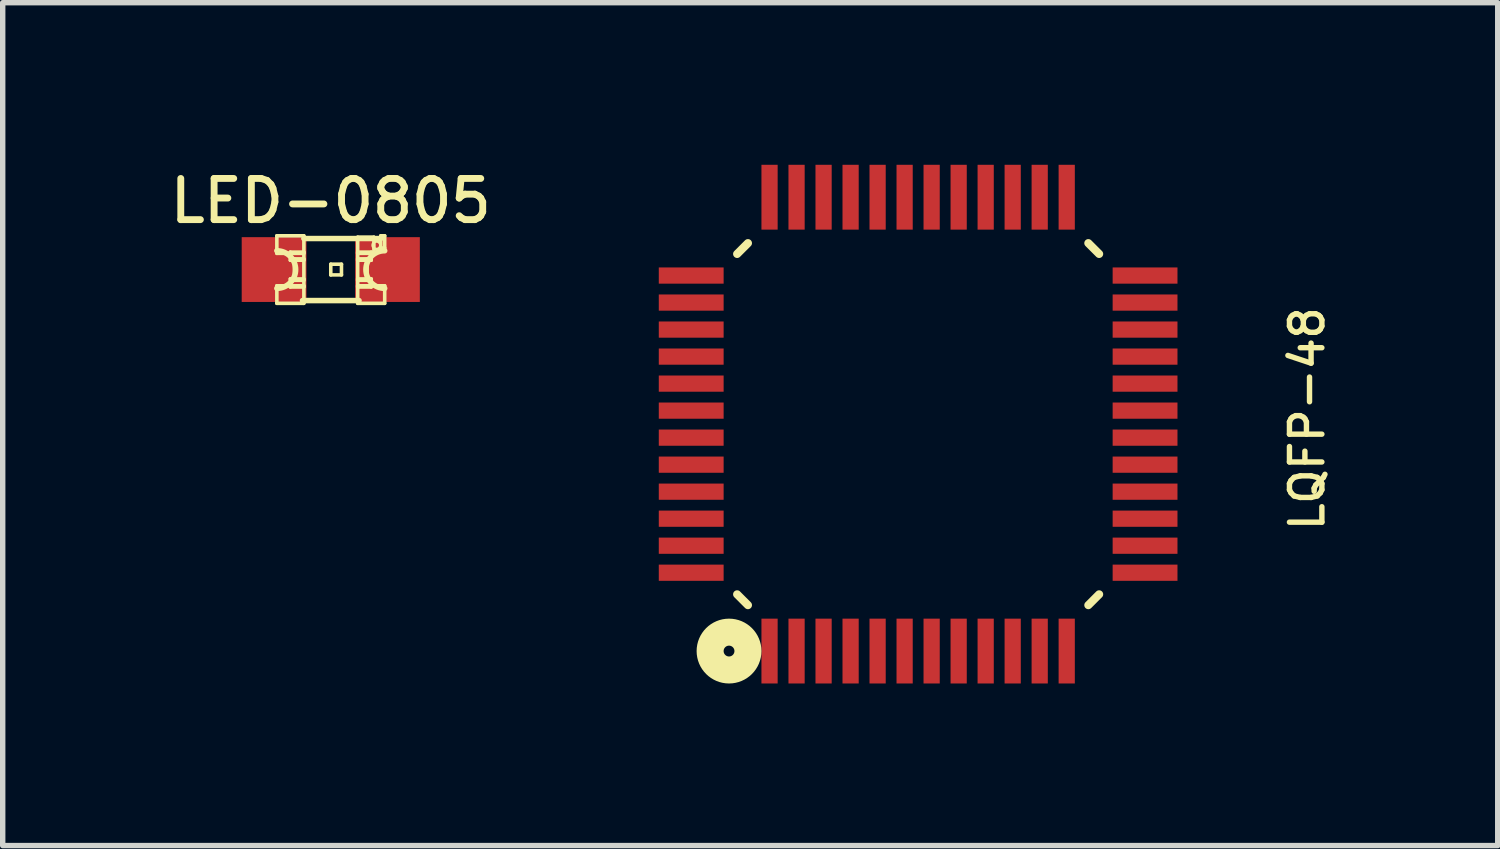
<source format=kicad_pcb>
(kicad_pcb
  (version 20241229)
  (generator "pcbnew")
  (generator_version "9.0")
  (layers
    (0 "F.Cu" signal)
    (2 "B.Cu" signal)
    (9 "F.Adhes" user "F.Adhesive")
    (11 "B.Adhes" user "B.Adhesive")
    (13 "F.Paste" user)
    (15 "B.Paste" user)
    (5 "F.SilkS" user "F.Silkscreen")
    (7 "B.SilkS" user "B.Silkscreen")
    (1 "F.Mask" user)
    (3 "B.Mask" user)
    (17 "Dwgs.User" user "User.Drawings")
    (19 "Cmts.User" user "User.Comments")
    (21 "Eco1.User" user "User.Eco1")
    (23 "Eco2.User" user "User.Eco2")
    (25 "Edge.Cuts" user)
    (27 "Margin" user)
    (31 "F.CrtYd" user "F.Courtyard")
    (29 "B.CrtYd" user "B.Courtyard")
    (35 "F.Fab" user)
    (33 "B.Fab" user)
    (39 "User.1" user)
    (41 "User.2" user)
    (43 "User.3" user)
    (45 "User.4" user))
  (footprint "LQFP-48"
    (layer "F.Cu")
    (at 13.943 4.8)
    (property "Reference" "LQFP-48" (at 7.2 -0.1 90) (layer "F.SilkS") (effects (font (size 0.6 0.6) (thickness 0.1))))
    (attr through_hole)
    (fp_line (start -3.35 3.15) (end -3.15 3.35) (stroke (width 0.15) (type solid)) (layer "F.SilkS"))
    (fp_line (start -3.15 -3.35) (end -3.35 -3.15) (stroke (width 0.15) (type solid)) (layer "F.SilkS"))
    (fp_line (start 3.35 -3.15) (end 3.15 -3.35) (stroke (width 0.15) (type solid)) (layer "F.SilkS"))
    (fp_line (start 3.35 3.15) (end 3.15 3.35) (stroke (width 0.15) (type solid)) (layer "F.SilkS"))
    (fp_circle (center -3.5 4.2) (end -3.6 4.2) (stroke (width 0.5) (type solid)) (fill no) (layer "F.SilkS"))
    (pad "1" smd rect (at -2.75 4.2) (size 0.3 1.2) (layers "F.Cu" "F.Mask" "F.Paste"))
    (pad "2" smd rect (at -2.25 4.2) (size 0.3 1.2) (layers "F.Cu" "F.Mask" "F.Paste"))
    (pad "3" smd rect (at -1.75 4.2) (size 0.3 1.2) (layers "F.Cu" "F.Mask" "F.Paste"))
    (pad "4" smd rect (at -1.25 4.2) (size 0.3 1.2) (layers "F.Cu" "F.Mask" "F.Paste"))
    (pad "5" smd rect (at -0.75 4.2) (size 0.3 1.2) (layers "F.Cu" "F.Mask" "F.Paste"))
    (pad "6" smd rect (at -0.25 4.2) (size 0.3 1.2) (layers "F.Cu" "F.Mask" "F.Paste"))
    (pad "7" smd rect (at 0.25 4.2) (size 0.3 1.2) (layers "F.Cu" "F.Mask" "F.Paste"))
    (pad "8" smd rect (at 0.75 4.2) (size 0.3 1.2) (layers "F.Cu" "F.Mask" "F.Paste"))
    (pad "9" smd rect (at 1.25 4.2) (size 0.3 1.2) (layers "F.Cu" "F.Mask" "F.Paste"))
    (pad "10" smd rect (at 1.75 4.2) (size 0.3 1.2) (layers "F.Cu" "F.Mask" "F.Paste"))
    (pad "11" smd rect (at 2.25 4.2) (size 0.3 1.2) (layers "F.Cu" "F.Mask" "F.Paste"))
    (pad "12" smd rect (at 2.75 4.2) (size 0.3 1.2) (layers "F.Cu" "F.Mask" "F.Paste"))
    (pad "13" smd rect (at 4.2 2.75) (size 1.2 0.3) (layers "F.Cu" "F.Mask" "F.Paste"))
    (pad "14" smd rect (at 4.2 2.25) (size 1.2 0.3) (layers "F.Cu" "F.Mask" "F.Paste"))
    (pad "15" smd rect (at 4.2 1.75) (size 1.2 0.3) (layers "F.Cu" "F.Mask" "F.Paste"))
    (pad "16" smd rect (at 4.2 1.25) (size 1.2 0.3) (layers "F.Cu" "F.Mask" "F.Paste"))
    (pad "17" smd rect (at 4.2 0.75) (size 1.2 0.3) (layers "F.Cu" "F.Mask" "F.Paste"))
    (pad "18" smd rect (at 4.2 0.25) (size 1.2 0.3) (layers "F.Cu" "F.Mask" "F.Paste"))
    (pad "19" smd rect (at 4.2 -0.25) (size 1.2 0.3) (layers "F.Cu" "F.Mask" "F.Paste"))
    (pad "20" smd rect (at 4.2 -0.75) (size 1.2 0.3) (layers "F.Cu" "F.Mask" "F.Paste"))
    (pad "21" smd rect (at 4.2 -1.25) (size 1.2 0.3) (layers "F.Cu" "F.Mask" "F.Paste"))
    (pad "22" smd rect (at 4.2 -1.75) (size 1.2 0.3) (layers "F.Cu" "F.Mask" "F.Paste"))
    (pad "23" smd rect (at 4.2 -2.25) (size 1.2 0.3) (layers "F.Cu" "F.Mask" "F.Paste"))
    (pad "24" smd rect (at 4.2 -2.75) (size 1.2 0.3) (layers "F.Cu" "F.Mask" "F.Paste"))
    (pad "25" smd rect (at 2.75 -4.2) (size 0.3 1.2) (layers "F.Cu" "F.Mask" "F.Paste"))
    (pad "26" smd rect (at 2.25 -4.2) (size 0.3 1.2) (layers "F.Cu" "F.Mask" "F.Paste"))
    (pad "27" smd rect (at 1.75 -4.2) (size 0.3 1.2) (layers "F.Cu" "F.Mask" "F.Paste"))
    (pad "28" smd rect (at 1.25 -4.2) (size 0.3 1.2) (layers "F.Cu" "F.Mask" "F.Paste"))
    (pad "29" smd rect (at 0.75 -4.2) (size 0.3 1.2) (layers "F.Cu" "F.Mask" "F.Paste"))
    (pad "30" smd rect (at 0.25 -4.2) (size 0.3 1.2) (layers "F.Cu" "F.Mask" "F.Paste"))
    (pad "31" smd rect (at -0.25 -4.2) (size 0.3 1.2) (layers "F.Cu" "F.Mask" "F.Paste"))
    (pad "32" smd rect (at -0.75 -4.2) (size 0.3 1.2) (layers "F.Cu" "F.Mask" "F.Paste"))
    (pad "33" smd rect (at -1.25 -4.2) (size 0.3 1.2) (layers "F.Cu" "F.Mask" "F.Paste"))
    (pad "34" smd rect (at -1.75 -4.2) (size 0.3 1.2) (layers "F.Cu" "F.Mask" "F.Paste"))
    (pad "35" smd rect (at -2.25 -4.2) (size 0.3 1.2) (layers "F.Cu" "F.Mask" "F.Paste"))
    (pad "36" smd rect (at -2.75 -4.2) (size 0.3 1.2) (layers "F.Cu" "F.Mask" "F.Paste"))
    (pad "37" smd rect (at -4.2 -2.75) (size 1.2 0.3) (layers "F.Cu" "F.Mask" "F.Paste"))
    (pad "38" smd rect (at -4.2 -2.25) (size 1.2 0.3) (layers "F.Cu" "F.Mask" "F.Paste"))
    (pad "39" smd rect (at -4.2 -1.75) (size 1.2 0.3) (layers "F.Cu" "F.Mask" "F.Paste"))
    (pad "40" smd rect (at -4.2 -1.25) (size 1.2 0.3) (layers "F.Cu" "F.Mask" "F.Paste"))
    (pad "41" smd rect (at -4.2 -0.75) (size 1.2 0.3) (layers "F.Cu" "F.Mask" "F.Paste"))
    (pad "42" smd rect (at -4.2 -0.25) (size 1.2 0.3) (layers "F.Cu" "F.Mask" "F.Paste"))
    (pad "43" smd rect (at -4.2 0.25) (size 1.2 0.3) (layers "F.Cu" "F.Mask" "F.Paste"))
    (pad "44" smd rect (at -4.2 0.75) (size 1.2 0.3) (layers "F.Cu" "F.Mask" "F.Paste"))
    (pad "45" smd rect (at -4.2 1.25) (size 1.2 0.3) (layers "F.Cu" "F.Mask" "F.Paste"))
    (pad "46" smd rect (at -4.2 1.75) (size 1.2 0.3) (layers "F.Cu" "F.Mask" "F.Paste"))
    (pad "47" smd rect (at -4.2 2.25) (size 1.2 0.3) (layers "F.Cu" "F.Mask" "F.Paste"))
    (pad "48" smd rect (at -4.2 2.75) (size 1.2 0.3) (layers "F.Cu" "F.Mask" "F.Paste")))
  (footprint "LED-0805"
    (layer "F.Cu")
    (at 3.072 1.939)
    (property "Reference" "LED-0805" (at 0 -1.27 0) (layer "F.SilkS") (effects (font (size 0.762 0.762) (thickness 0.127))))
    (attr smd)
    (fp_line (start -0.998 -0.625) (end -0.998 -0.3) (stroke (width 0.066) (type solid)) (layer "F.SilkS"))
    (fp_line (start -0.998 -0.625) (end -0.498 -0.625) (stroke (width 0.066) (type solid)) (layer "F.SilkS"))
    (fp_line (start -0.998 -0.3) (end -0.498 -0.3) (stroke (width 0.066) (type solid)) (layer "F.SilkS"))
    (fp_line (start -0.998 0.3) (end -0.998 0.625) (stroke (width 0.066) (type solid)) (layer "F.SilkS"))
    (fp_line (start -0.998 0.3) (end -0.498 0.3) (stroke (width 0.066) (type solid)) (layer "F.SilkS"))
    (fp_line (start -0.998 0.625) (end -0.498 0.625) (stroke (width 0.066) (type solid)) (layer "F.SilkS"))
    (fp_line (start -0.749 -0.323) (end -0.749 -0.173) (stroke (width 0.066) (type solid)) (layer "F.SilkS"))
    (fp_line (start -0.749 -0.323) (end -0.498 -0.323) (stroke (width 0.066) (type solid)) (layer "F.SilkS"))
    (fp_line (start -0.749 -0.173) (end -0.498 -0.173) (stroke (width 0.066) (type solid)) (layer "F.SilkS"))
    (fp_line (start -0.749 0.173) (end -0.749 0.323) (stroke (width 0.066) (type solid)) (layer "F.SilkS"))
    (fp_line (start -0.749 0.173) (end -0.498 0.173) (stroke (width 0.066) (type solid)) (layer "F.SilkS"))
    (fp_line (start -0.749 0.323) (end -0.498 0.323) (stroke (width 0.066) (type solid)) (layer "F.SilkS"))
    (fp_line (start -0.673 -0.198) (end -0.673 0.198) (stroke (width 0.066) (type solid)) (layer "F.SilkS"))
    (fp_line (start -0.673 -0.198) (end -0.498 -0.198) (stroke (width 0.066) (type solid)) (layer "F.SilkS"))
    (fp_line (start -0.673 0.198) (end -0.498 0.198) (stroke (width 0.066) (type solid)) (layer "F.SilkS"))
    (fp_line (start -0.498 -0.625) (end -0.498 -0.3) (stroke (width 0.066) (type solid)) (layer "F.SilkS"))
    (fp_line (start -0.498 -0.574) (end 0.925 -0.574) (stroke (width 0.102) (type solid)) (layer "F.SilkS"))
    (fp_line (start -0.498 -0.323) (end -0.498 -0.173) (stroke (width 0.066) (type solid)) (layer "F.SilkS"))
    (fp_line (start -0.498 -0.198) (end -0.498 0.198) (stroke (width 0.066) (type solid)) (layer "F.SilkS"))
    (fp_line (start -0.498 0.173) (end -0.498 0.323) (stroke (width 0.066) (type solid)) (layer "F.SilkS"))
    (fp_line (start -0.498 0.3) (end -0.498 0.625) (stroke (width 0.066) (type solid)) (layer "F.SilkS"))
    (fp_line (start 0 -0.099) (end 0 0.099) (stroke (width 0.066) (type solid)) (layer "F.SilkS"))
    (fp_line (start 0 -0.099) (end 0.198 -0.099) (stroke (width 0.066) (type solid)) (layer "F.SilkS"))
    (fp_line (start 0 0.099) (end 0.198 0.099) (stroke (width 0.066) (type solid)) (layer "F.SilkS"))
    (fp_line (start 0.198 -0.099) (end 0.198 0.099) (stroke (width 0.066) (type solid)) (layer "F.SilkS"))
    (fp_line (start 0.498 -0.599) (end 0.498 -0.3) (stroke (width 0.066) (type solid)) (layer "F.SilkS"))
    (fp_line (start 0.498 -0.599) (end 0.798 -0.599) (stroke (width 0.066) (type solid)) (layer "F.SilkS"))
    (fp_line (start 0.498 -0.323) (end 0.498 -0.173) (stroke (width 0.066) (type solid)) (layer "F.SilkS"))
    (fp_line (start 0.498 -0.323) (end 0.749 -0.323) (stroke (width 0.066) (type solid)) (layer "F.SilkS"))
    (fp_line (start 0.498 -0.3) (end 0.798 -0.3) (stroke (width 0.066) (type solid)) (layer "F.SilkS"))
    (fp_line (start 0.498 -0.198) (end 0.498 0.198) (stroke (width 0.066) (type solid)) (layer "F.SilkS"))
    (fp_line (start 0.498 -0.198) (end 0.673 -0.198) (stroke (width 0.066) (type solid)) (layer "F.SilkS"))
    (fp_line (start 0.498 -0.173) (end 0.749 -0.173) (stroke (width 0.066) (type solid)) (layer "F.SilkS"))
    (fp_line (start 0.498 0.173) (end 0.498 0.323) (stroke (width 0.066) (type solid)) (layer "F.SilkS"))
    (fp_line (start 0.498 0.173) (end 0.749 0.173) (stroke (width 0.066) (type solid)) (layer "F.SilkS"))
    (fp_line (start 0.498 0.198) (end 0.673 0.198) (stroke (width 0.066) (type solid)) (layer "F.SilkS"))
    (fp_line (start 0.498 0.3) (end 0.498 0.625) (stroke (width 0.066) (type solid)) (layer "F.SilkS"))
    (fp_line (start 0.498 0.3) (end 0.998 0.3) (stroke (width 0.066) (type solid)) (layer "F.SilkS"))
    (fp_line (start 0.498 0.323) (end 0.749 0.323) (stroke (width 0.066) (type solid)) (layer "F.SilkS"))
    (fp_line (start 0.498 0.625) (end 0.998 0.625) (stroke (width 0.066) (type solid)) (layer "F.SilkS"))
    (fp_line (start 0.523 0.574) (end -0.523 0.574) (stroke (width 0.102) (type solid)) (layer "F.SilkS"))
    (fp_line (start 0.673 -0.198) (end 0.673 0.198) (stroke (width 0.066) (type solid)) (layer "F.SilkS"))
    (fp_line (start 0.749 -0.323) (end 0.749 -0.173) (stroke (width 0.066) (type solid)) (layer "F.SilkS"))
    (fp_line (start 0.749 0.173) (end 0.749 0.323) (stroke (width 0.066) (type solid)) (layer "F.SilkS"))
    (fp_line (start 0.798 -0.599) (end 0.798 -0.3) (stroke (width 0.066) (type solid)) (layer "F.SilkS"))
    (fp_line (start 0.925 -0.625) (end 0.925 -0.399) (stroke (width 0.066) (type solid)) (layer "F.SilkS"))
    (fp_line (start 0.925 -0.625) (end 0.998 -0.625) (stroke (width 0.066) (type solid)) (layer "F.SilkS"))
    (fp_line (start 0.925 -0.399) (end 0.998 -0.399) (stroke (width 0.066) (type solid)) (layer "F.SilkS"))
    (fp_line (start 0.998 -0.625) (end 0.998 -0.399) (stroke (width 0.066) (type solid)) (layer "F.SilkS"))
    (fp_line (start 0.998 0.3) (end 0.998 0.625) (stroke (width 0.066) (type solid)) (layer "F.SilkS"))
    (fp_arc (start -0.99822 -0.34798) (mid -0.65024 0) (end -0.99822 0.34798) (stroke (width 0.1016) (type solid)) (layer "F.SilkS"))
    (fp_arc (start 0.99822 0.34798) (mid 0.65024 0) (end 0.99822 -0.34798) (stroke (width 0.1016) (type solid)) (layer "F.SilkS"))
    (fp_circle (center 0.848 -0.45) (end 0.899 -0.5) (stroke (width 0.051) (type solid)) (fill no) (layer "F.SilkS"))
    (pad "1" smd rect (at -1.049 0) (size 1.199 1.199) (layers "F.Cu" "F.Mask" "F.Paste"))
    (pad "2" smd rect (at 1.049 0) (size 1.199 1.199) (layers "F.Cu" "F.Mask" "F.Paste")))
  (gr_rect
    (start -3 -3)
    (end 24.67 12.6)
    (stroke (width 0.1) (type default))
    (fill no)
    (layer "Edge.Cuts")))
</source>
